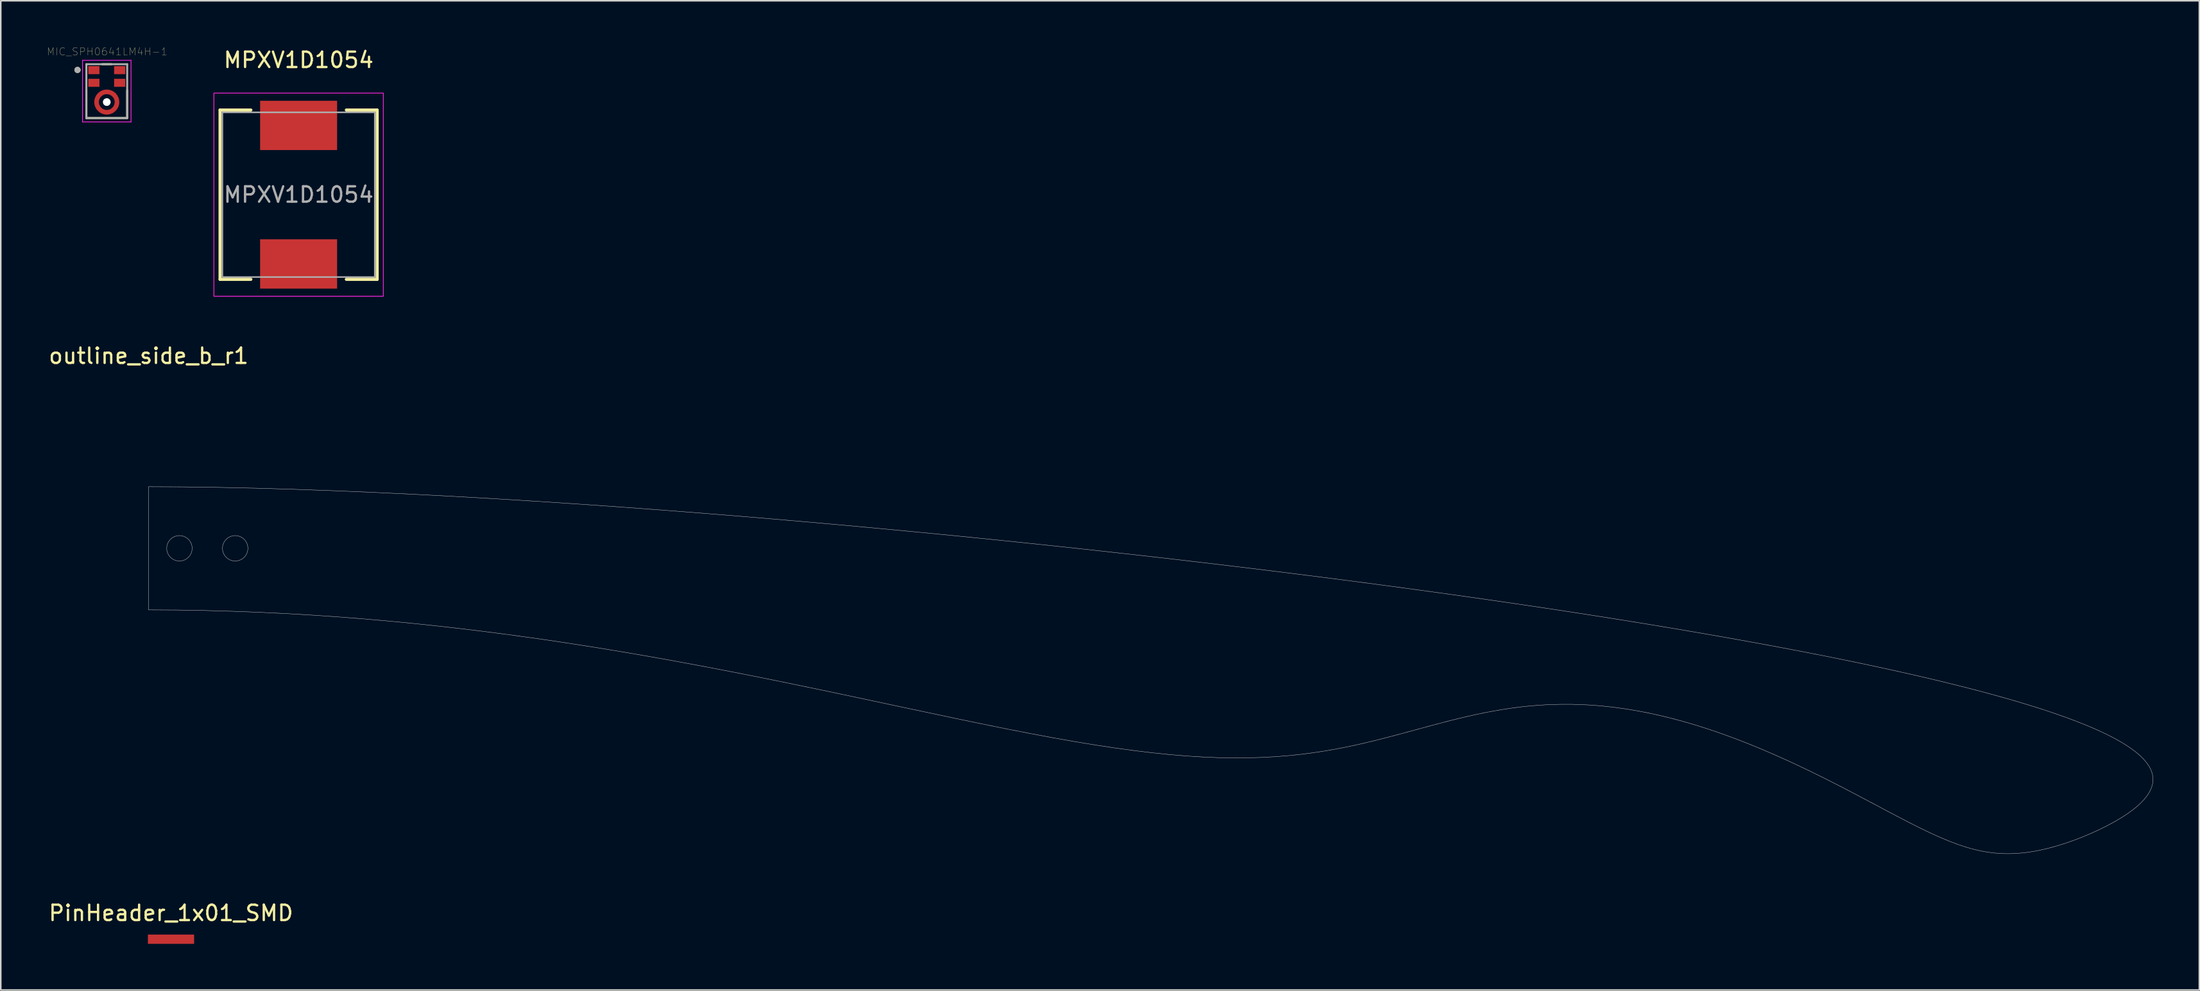
<source format=kicad_pcb>
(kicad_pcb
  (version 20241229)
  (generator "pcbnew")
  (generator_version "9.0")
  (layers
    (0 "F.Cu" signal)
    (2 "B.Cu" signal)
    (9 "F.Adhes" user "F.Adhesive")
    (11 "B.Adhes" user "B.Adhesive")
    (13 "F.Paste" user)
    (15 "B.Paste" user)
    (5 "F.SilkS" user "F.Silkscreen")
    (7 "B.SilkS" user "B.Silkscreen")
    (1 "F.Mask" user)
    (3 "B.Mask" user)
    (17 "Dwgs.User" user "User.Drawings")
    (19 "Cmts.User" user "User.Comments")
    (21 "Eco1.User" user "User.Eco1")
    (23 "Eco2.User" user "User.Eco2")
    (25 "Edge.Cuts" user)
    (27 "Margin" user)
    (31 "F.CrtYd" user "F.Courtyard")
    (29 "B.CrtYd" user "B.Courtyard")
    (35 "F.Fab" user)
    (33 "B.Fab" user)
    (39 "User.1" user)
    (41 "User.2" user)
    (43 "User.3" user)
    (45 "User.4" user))
  (footprint "outline_side_b_r1"
    (layer "F.Cu")
    (at 6.601 32.572)
    (property "Reference" "outline_side_b_r1" (at 0 -12.5 0) (unlocked yes) (layer "F.SilkS") (effects (font (size 1 1) (thickness 0.15))))
    (attr board_only exclude_from_pos_files exclude_from_bom)
    (fp_line (start 0 4) (end 0 -4) (stroke (width 0.02) (type solid)) (layer "Edge.Cuts"))
    (fp_circle (center 2 0) (end 2.825 0) (stroke (width 0.02) (type solid)) (fill no) (layer "Edge.Cuts"))
    (fp_circle (center 5.62 0) (end 6.445 0) (stroke (width 0.02) (type solid)) (fill no) (layer "Edge.Cuts"))
    (fp_curve (pts (xy 0 -4) (xy 5.871 -4) (xy 12.64 -3.765) (xy 19.729 -3.377)) (stroke (width 0.02) (type solid)) (layer "Edge.Cuts"))
    (fp_curve (pts (xy 19.729 -3.377) (xy 26.823 -2.989) (xy 34.239 -2.448) (xy 41.561 -1.816)) (stroke (width 0.02) (type solid)) (layer "Edge.Cuts"))
    (fp_curve (pts (xy 25.833 5.953) (xy 18.415 4.877) (xy 9.874 4.006) (xy 0 4)) (stroke (width 0.02) (type solid)) (layer "Edge.Cuts"))
    (fp_curve (pts (xy 41.561 -1.816) (xy 48.887 -1.184) (xy 56.12 -0.462) (xy 62.981 0.302)) (stroke (width 0.02) (type solid)) (layer "Edge.Cuts"))
    (fp_curve (pts (xy 44.952 9.472) (xy 39.55 8.335) (xy 33.252 7.04) (xy 25.833 5.953)) (stroke (width 0.02) (type solid)) (layer "Edge.Cuts"))
    (fp_curve (pts (xy 58.706 12.306) (xy 54.863 11.609) (xy 50.355 10.618) (xy 44.952 9.472)) (stroke (width 0.02) (type solid)) (layer "Edge.Cuts"))
    (fp_curve (pts (xy 62.981 0.302) (xy 69.846 1.066) (xy 76.341 1.872) (xy 82.302 2.686)) (stroke (width 0.02) (type solid)) (layer "Edge.Cuts"))
    (fp_curve (pts (xy 68.456 13.559) (xy 65.727 13.419) (xy 62.549 13.008) (xy 58.706 12.306)) (stroke (width 0.02) (type solid)) (layer "Edge.Cuts"))
    (fp_curve (pts (xy 75.485 13.3) (xy 73.464 13.578) (xy 71.184 13.702) (xy 68.456 13.559)) (stroke (width 0.02) (type solid)) (layer "Edge.Cuts"))
    (fp_curve (pts (xy 80.915 12.157) (xy 79.266 12.595) (xy 77.504 13.022) (xy 75.485 13.3)) (stroke (width 0.02) (type solid)) (layer "Edge.Cuts"))
    (fp_curve (pts (xy 82.302 2.686) (xy 88.267 3.5) (xy 93.701 4.321) (xy 98.531 5.127)) (stroke (width 0.02) (type solid)) (layer "Edge.Cuts"))
    (fp_curve (pts (xy 85.612 10.926) (xy 84.097 11.274) (xy 82.561 11.718) (xy 80.915 12.157)) (stroke (width 0.02) (type solid)) (layer "Edge.Cuts"))
    (fp_curve (pts (xy 90.119 10.206) (xy 88.615 10.321) (xy 87.124 10.576) (xy 85.612 10.926)) (stroke (width 0.02) (type solid)) (layer "Edge.Cuts"))
    (fp_curve (pts (xy 94.664 10.274) (xy 93.137 10.112) (xy 91.623 10.09) (xy 90.119 10.206)) (stroke (width 0.02) (type solid)) (layer "Edge.Cuts"))
    (fp_curve (pts (xy 98.531 5.127) (xy 103.365 5.936) (xy 107.597 6.722) (xy 111.229 7.486)) (stroke (width 0.02) (type solid)) (layer "Edge.Cuts"))
    (fp_curve (pts (xy 99.238 11.139) (xy 97.723 10.733) (xy 96.189 10.435) (xy 94.664 10.274)) (stroke (width 0.02) (type solid)) (layer "Edge.Cuts"))
    (fp_curve (pts (xy 107.804 14.442) (xy 105.22 13.189) (xy 102.27 11.948) (xy 99.238 11.139)) (stroke (width 0.02) (type solid)) (layer "Edge.Cuts"))
    (fp_curve (pts (xy 111.229 7.486) (xy 114.863 8.249) (xy 117.897 8.982) (xy 120.379 9.682)) (stroke (width 0.02) (type solid)) (layer "Edge.Cuts"))
    (fp_curve (pts (xy 111.4 16.277) (xy 110.3 15.695) (xy 109.097 15.068) (xy 107.804 14.442)) (stroke (width 0.02) (type solid)) (layer "Edge.Cuts"))
    (fp_curve (pts (xy 114.409 17.863) (xy 113.498 17.398) (xy 112.5 16.86) (xy 111.4 16.277)) (stroke (width 0.02) (type solid)) (layer "Edge.Cuts"))
    (fp_curve (pts (xy 119.098 19.685) (xy 117.703 19.423) (xy 116.233 18.797) (xy 114.409 17.863)) (stroke (width 0.02) (type solid)) (layer "Edge.Cuts"))
    (fp_curve (pts (xy 120.379 9.682) (xy 122.861 10.382) (xy 124.793 11.047) (xy 126.251 11.679)) (stroke (width 0.02) (type solid)) (layer "Edge.Cuts"))
    (fp_curve (pts (xy 121.169 19.829) (xy 120.477 19.863) (xy 119.796 19.818) (xy 119.098 19.685)) (stroke (width 0.02) (type solid)) (layer "Edge.Cuts"))
    (fp_curve (pts (xy 123.29 19.501) (xy 122.566 19.683) (xy 121.859 19.792) (xy 121.169 19.829)) (stroke (width 0.02) (type solid)) (layer "Edge.Cuts"))
    (fp_curve (pts (xy 125.504 18.779) (xy 124.76 19.075) (xy 124.014 19.321) (xy 123.29 19.501)) (stroke (width 0.02) (type solid)) (layer "Edge.Cuts"))
    (fp_curve (pts (xy 126.251 11.679) (xy 129.172 12.942) (xy 130.193 14.069) (xy 130.145 15.08)) (stroke (width 0.02) (type solid)) (layer "Edge.Cuts"))
    (fp_curve (pts (xy 127.662 17.755) (xy 126.988 18.136) (xy 126.247 18.482) (xy 125.504 18.779)) (stroke (width 0.02) (type solid)) (layer "Edge.Cuts"))
    (fp_curve (pts (xy 130.145 15.08) (xy 130.096 16.09) (xy 129.005 16.99) (xy 127.662 17.755)) (stroke (width 0.02) (type solid)) (layer "Edge.Cuts")))
  (footprint "MPXV1D1054"
    (layer "F.Cu")
    (at 16.339 9.598)
    (property "Reference" "MPXV1D1054" (at 0 -8.75 0) (unlocked yes) (layer "F.SilkS") (effects (font (size 1 1) (thickness 0.15))))
    (attr smd)
    (fp_line (start -5.1 -5.5) (end -3.1 -5.5) (stroke (width 0.2) (type solid)) (layer "F.SilkS"))
    (fp_line (start -5.1 5.5) (end -5.1 -5.5) (stroke (width 0.2) (type solid)) (layer "F.SilkS"))
    (fp_line (start -5.1 5.5) (end -3.1 5.5) (stroke (width 0.2) (type solid)) (layer "F.SilkS"))
    (fp_line (start 3.1 -5.5) (end 5.1 -5.5) (stroke (width 0.2) (type solid)) (layer "F.SilkS"))
    (fp_line (start 3.1 5.5) (end 5.1 5.5) (stroke (width 0.2) (type solid)) (layer "F.SilkS"))
    (fp_line (start 5.1 -5.5) (end 5.1 5.5) (stroke (width 0.2) (type solid)) (layer "F.SilkS"))
    (fp_rect (start -5.5 -6.6) (end 5.5 6.6) (stroke (width 0.05) (type solid)) (fill no) (layer "F.CrtYd"))
    (fp_rect (start -4.95 -5.35) (end 4.95 5.35) (stroke (width 0.1) (type solid)) (fill no) (layer "F.Fab"))
    (fp_text user "${REFERENCE}" (at 0 0 0) (unlocked yes) (layer "F.Fab") (effects (font (size 1 1) (thickness 0.15))))
    (pad "1" smd rect (at 0 -4.5) (size 5 3.2) (layers "F.Cu" "F.Mask" "F.Paste"))
    (pad "2" smd rect (at 0 4.5) (size 5 3.2) (layers "F.Cu" "F.Mask" "F.Paste")))
  (footprint "MIC_SPH0641LM4H-1"
    (layer "F.Cu")
    (at 3.883 2.871)
    (property "Reference" "MIC_SPH0641LM4H-1" (at 0.024 -2.563 0) (layer "F.SilkS") (effects (font (size 0.482 0.482) (thickness 0.015))))
    (attr through_hole)
    (fp_circle (center 0 0.71) (end 0.662 0.71) (stroke (width 0.3) (type solid)) (fill no) (layer "F.Cu"))
    (fp_circle (center 0 0.7) (end 0.662 0.7) (stroke (width 0.5) (type solid)) (fill no) (layer "F.Mask"))
    (fp_line (start -1.325 -0.05) (end -1.325 1.75) (stroke (width 0.127) (type solid)) (layer "F.SilkS"))
    (fp_line (start -1.325 1.75) (end 1.325 1.75) (stroke (width 0.127) (type solid)) (layer "F.SilkS"))
    (fp_line (start 0.3 -1.75) (end -0.3 -1.75) (stroke (width 0.127) (type solid)) (layer "F.SilkS"))
    (fp_line (start 1.325 1.75) (end 1.325 -0.05) (stroke (width 0.127) (type solid)) (layer "F.SilkS"))
    (fp_circle (center -1.9 -1.377) (end -1.8 -1.377) (stroke (width 0.2) (type solid)) (fill no) (layer "F.SilkS"))
    (fp_poly (pts (xy -0.426 0.995) (xy -0.438 0.978) (xy -0.449 0.96) (xy -0.458 0.943) (xy -0.468 0.925) (xy -0.476 0.906) (xy -0.484 0.887) (xy -0.491 0.868) (xy -0.497 0.849) (xy -0.502 0.829) (xy -0.506 0.81) (xy -0.51 0.79) (xy -0.513 0.77) (xy -0.515 0.75) (xy -0.516 0.729) (xy -0.517 0.709) (xy -0.516 0.689) (xy -0.515 0.669) (xy -0.513 0.649) (xy -0.51 0.628) (xy -0.506 0.609) (xy -0.502 0.589) (xy -0.497 0.569) (xy -0.491 0.55) (xy -0.484 0.531) (xy -0.476 0.512) (xy -0.468 0.494) (xy -0.458 0.476) (xy -0.449 0.458) (xy -0.438 0.441) (xy -0.427 0.424) (xy -0.64 0.211) (xy -0.661 0.24) (xy -0.681 0.27) (xy -0.7 0.3) (xy -0.718 0.332) (xy -0.734 0.364) (xy -0.748 0.396) (xy -0.761 0.43) (xy -0.773 0.463) (xy -0.783 0.498) (xy -0.792 0.532) (xy -0.799 0.568) (xy -0.804 0.603) (xy -0.808 0.638) (xy -0.811 0.674) (xy -0.812 0.71) (xy -0.811 0.746) (xy -0.808 0.782) (xy -0.804 0.817) (xy -0.799 0.852) (xy -0.792 0.888) (xy -0.783 0.922) (xy -0.773 0.957) (xy -0.761 0.99) (xy -0.748 1.024) (xy -0.734 1.056) (xy -0.718 1.088) (xy -0.7 1.12) (xy -0.681 1.15) (xy -0.661 1.18) (xy -0.64 1.209) (xy -0.426 0.995)) (stroke (width 0.001) (type solid)) (fill yes) (layer "F.Paste"))
    (fp_poly (pts (xy -0.286 0.283) (xy -0.269 0.272) (xy -0.252 0.261) (xy -0.234 0.252) (xy -0.216 0.242) (xy -0.198 0.234) (xy -0.179 0.226) (xy -0.16 0.219) (xy -0.141 0.213) (xy -0.121 0.208) (xy -0.101 0.204) (xy -0.082 0.2) (xy -0.061 0.197) (xy -0.041 0.195) (xy -0.021 0.194) (xy -0.001 0.193) (xy 0.019 0.194) (xy 0.04 0.195) (xy 0.06 0.197) (xy 0.08 0.2) (xy 0.1 0.204) (xy 0.119 0.208) (xy 0.139 0.213) (xy 0.158 0.219) (xy 0.177 0.226) (xy 0.196 0.234) (xy 0.215 0.242) (xy 0.233 0.252) (xy 0.25 0.261) (xy 0.268 0.272) (xy 0.285 0.284) (xy 0.499 0.07) (xy 0.47 0.049) (xy 0.44 0.029) (xy 0.41 0.01) (xy 0.378 -0.008) (xy 0.346 -0.024) (xy 0.314 -0.038) (xy 0.28 -0.051) (xy 0.247 -0.063) (xy 0.212 -0.073) (xy 0.178 -0.082) (xy 0.142 -0.089) (xy 0.107 -0.094) (xy 0.072 -0.098) (xy 0.036 -0.101) (xy 0 -0.102) (xy -0.036 -0.101) (xy -0.072 -0.098) (xy -0.107 -0.094) (xy -0.142 -0.089) (xy -0.178 -0.082) (xy -0.212 -0.073) (xy -0.247 -0.063) (xy -0.28 -0.051) (xy -0.314 -0.038) (xy -0.346 -0.024) (xy -0.378 -0.008) (xy -0.41 0.01) (xy -0.44 0.029) (xy -0.47 0.049) (xy -0.499 0.07) (xy -0.286 0.283)) (stroke (width 0.001) (type solid)) (fill yes) (layer "F.Paste"))
    (fp_poly (pts (xy 0.286 1.138) (xy 0.271 1.148) (xy 0.253 1.159) (xy 0.236 1.169) (xy 0.217 1.178) (xy 0.199 1.186) (xy 0.18 1.194) (xy 0.161 1.201) (xy 0.142 1.207) (xy 0.122 1.212) (xy 0.102 1.217) (xy 0.082 1.221) (xy 0.062 1.223) (xy 0.042 1.226) (xy 0.022 1.227) (xy 0.002 1.227) (xy -0.019 1.227) (xy -0.039 1.226) (xy -0.059 1.223) (xy -0.079 1.221) (xy -0.099 1.217) (xy -0.119 1.212) (xy -0.138 1.207) (xy -0.158 1.201) (xy -0.177 1.194) (xy -0.196 1.186) (xy -0.214 1.178) (xy -0.232 1.169) (xy -0.25 1.159) (xy -0.267 1.148) (xy -0.285 1.136) (xy -0.499 1.35) (xy -0.47 1.371) (xy -0.44 1.391) (xy -0.41 1.41) (xy -0.378 1.428) (xy -0.346 1.444) (xy -0.314 1.458) (xy -0.28 1.471) (xy -0.247 1.483) (xy -0.212 1.493) (xy -0.178 1.502) (xy -0.142 1.509) (xy -0.107 1.514) (xy -0.072 1.518) (xy -0.036 1.521) (xy 0 1.522) (xy 0.036 1.521) (xy 0.072 1.518) (xy 0.107 1.514) (xy 0.142 1.509) (xy 0.178 1.502) (xy 0.212 1.493) (xy 0.247 1.483) (xy 0.28 1.471) (xy 0.314 1.458) (xy 0.346 1.444) (xy 0.378 1.428) (xy 0.41 1.41) (xy 0.44 1.391) (xy 0.47 1.371) (xy 0.499 1.35) (xy 0.286 1.138)) (stroke (width 0.001) (type solid)) (fill yes) (layer "F.Paste"))
    (fp_poly (pts (xy 0.426 0.425) (xy 0.438 0.443) (xy 0.449 0.46) (xy 0.459 0.478) (xy 0.468 0.496) (xy 0.476 0.514) (xy 0.484 0.533) (xy 0.491 0.552) (xy 0.497 0.572) (xy 0.502 0.591) (xy 0.507 0.611) (xy 0.511 0.631) (xy 0.513 0.651) (xy 0.516 0.671) (xy 0.517 0.691) (xy 0.517 0.712) (xy 0.517 0.732) (xy 0.516 0.752) (xy 0.513 0.772) (xy 0.511 0.792) (xy 0.507 0.812) (xy 0.502 0.832) (xy 0.497 0.852) (xy 0.491 0.871) (xy 0.484 0.89) (xy 0.476 0.909) (xy 0.468 0.927) (xy 0.459 0.946) (xy 0.449 0.963) (xy 0.438 0.981) (xy 0.428 0.996) (xy 0.64 1.209) (xy 0.661 1.18) (xy 0.681 1.15) (xy 0.7 1.12) (xy 0.718 1.088) (xy 0.734 1.056) (xy 0.748 1.024) (xy 0.761 0.99) (xy 0.773 0.957) (xy 0.783 0.922) (xy 0.792 0.888) (xy 0.799 0.852) (xy 0.804 0.817) (xy 0.808 0.782) (xy 0.811 0.746) (xy 0.812 0.71) (xy 0.811 0.674) (xy 0.808 0.638) (xy 0.804 0.603) (xy 0.799 0.568) (xy 0.792 0.532) (xy 0.783 0.498) (xy 0.773 0.463) (xy 0.761 0.43) (xy 0.748 0.396) (xy 0.734 0.364) (xy 0.718 0.332) (xy 0.7 0.3) (xy 0.681 0.27) (xy 0.661 0.24) (xy 0.64 0.211) (xy 0.426 0.425)) (stroke (width 0.001) (type solid)) (fill yes) (layer "F.Paste"))
    (fp_line (start -1.575 -2) (end -1.575 2) (stroke (width 0.05) (type solid)) (layer "F.CrtYd"))
    (fp_line (start -1.575 2) (end 1.575 2) (stroke (width 0.05) (type solid)) (layer "F.CrtYd"))
    (fp_line (start 1.575 -2) (end -1.575 -2) (stroke (width 0.05) (type solid)) (layer "F.CrtYd"))
    (fp_line (start 1.575 2) (end 1.575 -2) (stroke (width 0.05) (type solid)) (layer "F.CrtYd"))
    (fp_line (start -1.325 -1.75) (end -1.325 1.75) (stroke (width 0.127) (type solid)) (layer "F.Fab"))
    (fp_line (start -1.325 1.75) (end 1.325 1.75) (stroke (width 0.127) (type solid)) (layer "F.Fab"))
    (fp_line (start 1.325 -1.75) (end -1.325 -1.75) (stroke (width 0.127) (type solid)) (layer "F.Fab"))
    (fp_line (start 1.325 1.75) (end 1.325 -1.75) (stroke (width 0.127) (type solid)) (layer "F.Fab"))
    (fp_circle (center -1.9 -1.377) (end -1.8 -1.377) (stroke (width 0.2) (type solid)) (fill no) (layer "F.Fab"))
    (pad "" np_thru_hole circle (at 0 0.71) (size 0.5 0.5) (drill 0.5) (layers "*.Cu" "*.Mask"))
    (pad "1" smd rect (at -0.838 -1.364) (size 0.725 0.522) (layers "F.Cu" "F.Mask" "F.Paste"))
    (pad "2" smd rect (at -0.838 -0.542) (size 0.725 0.522) (layers "F.Cu" "F.Mask" "F.Paste"))
    (pad "3" smd rect (at -0.657 0.715) (size 0.1 0.1) (layers "F.Cu"))
    (pad "4" smd rect (at 0.838 -0.542) (size 0.725 0.522) (layers "F.Cu" "F.Mask" "F.Paste"))
    (pad "5" smd rect (at 0.838 -1.364) (size 0.725 0.522) (layers "F.Cu" "F.Mask" "F.Paste")))
  (footprint "PinHeader_1x01_SMD"
    (layer "F.Cu")
    (at 8.054 57.968)
    (property "Reference" "PinHeader_1x01_SMD" (at 0 -1.7 0) (layer "F.SilkS") (effects (font (size 1 1) (thickness 0.15))))
    (attr smd)
    (pad "1" smd rect (at 0 0) (size 3 0.6) (layers "F.Cu" "F.Mask" "F.Paste")))
  (gr_rect
    (start -3 -3)
    (end 139.757 61.268)
    (stroke (width 0.1) (type default))
    (fill no)
    (layer "Edge.Cuts")))
</source>
